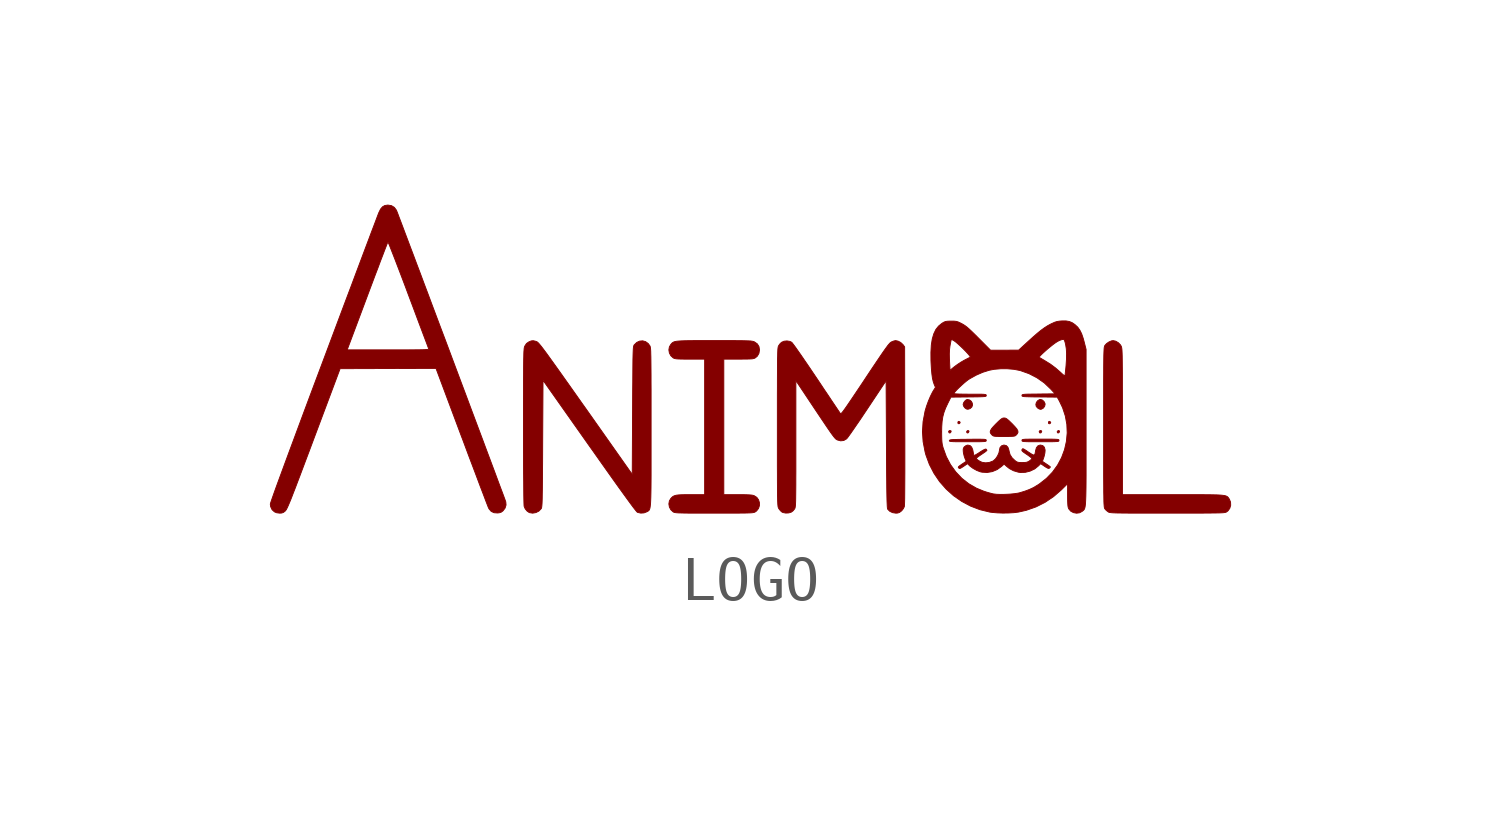
<source format=kicad_sym>
(kicad_symbol_lib
  (version 20211014)
  (generator kicad_symbol_editor)
  (symbol "LOGO"
    (pin_names
      (offset 1.016))
    (property "Reference" "#G"
      (at 0 2.909 0)
      (effects (font (size 1.27 1.27)) hide))
    (symbol "LOGO_0_0"
      (polyline (pts (xy 4.587 -1.672) (xy 4.602 -1.646) (xy 4.6 -1.629) (xy 4.575 -1.621) (xy 4.557 -1.625) (xy 4.543 -1.645) (xy 4.554 -1.671) (xy 4.565 -1.678) (xy 4.587 -1.672)) (stroke (width 0.01) (type default) (color 0 0 0 0)) (fill (type outline)))
      (polyline (pts (xy 4.796 -1.46) (xy 4.809 -1.439) (xy 4.805 -1.426) (xy 4.782 -1.411) (xy 4.764 -1.414) (xy 4.756 -1.439) (xy 4.761 -1.461) (xy 4.782 -1.466) (xy 4.796 -1.46)) (stroke (width 0.01) (type default) (color 0 0 0 0)) (fill (type outline)))
      (polyline (pts (xy 4.997 -1.671) (xy 5.011 -1.646) (xy 5.01 -1.632) (xy 4.993 -1.621) (xy 4.978 -1.623) (xy 4.958 -1.641) (xy 4.961 -1.667) (xy 4.975 -1.678) (xy 4.997 -1.671)) (stroke (width 0.01) (type default) (color 0 0 0 0)) (fill (type outline)))
      (polyline (pts (xy 6.662 -1.672) (xy 6.677 -1.646) (xy 6.675 -1.629) (xy 6.65 -1.621) (xy 6.632 -1.625) (xy 6.619 -1.645) (xy 6.629 -1.671) (xy 6.64 -1.678) (xy 6.662 -1.672)) (stroke (width 0.01) (type default) (color 0 0 0 0)) (fill (type outline)))
      (polyline (pts (xy 6.871 -1.46) (xy 6.884 -1.439) (xy 6.88 -1.426) (xy 6.857 -1.411) (xy 6.839 -1.414) (xy 6.831 -1.439) (xy 6.836 -1.461) (xy 6.857 -1.466) (xy 6.871 -1.46)) (stroke (width 0.01) (type default) (color 0 0 0 0)) (fill (type outline)))
      (polyline (pts (xy 7.072 -1.671) (xy 7.086 -1.646) (xy 7.085 -1.632) (xy 7.068 -1.621) (xy 7.053 -1.623) (xy 7.033 -1.641) (xy 7.036 -1.667) (xy 7.05 -1.678) (xy 7.072 -1.671)) (stroke (width 0.01) (type default) (color 0 0 0 0)) (fill (type outline)))
      (polyline (pts (xy 5.035 -1.119) (xy 5.041 -1.115) (xy 5.077 -1.082) (xy 5.092 -1.039) (xy 5.087 -0.993) (xy 5.064 -0.951) (xy 5.026 -0.921) (xy 4.974 -0.909) (xy 4.947 -0.918) (xy 4.914 -0.947) (xy 4.888 -0.985) (xy 4.877 -1.022) (xy 4.877 -1.024) (xy 4.888 -1.062) (xy 4.914 -1.099) (xy 4.95 -1.127) (xy 4.987 -1.134) (xy 5.035 -1.119)) (stroke (width 0.01) (type default) (color 0 0 0 0)) (fill (type outline)))
      (polyline (pts (xy 6.668 -1.133) (xy 6.711 -1.11) (xy 6.743 -1.07) (xy 6.755 -1.022) (xy 6.753 -1.002) (xy 6.731 -0.957) (xy 6.693 -0.922) (xy 6.649 -0.909) (xy 6.63 -0.911) (xy 6.588 -0.935) (xy 6.556 -0.975) (xy 6.543 -1.022) (xy 6.551 -1.066) (xy 6.583 -1.105) (xy 6.584 -1.105) (xy 6.62 -1.127) (xy 6.649 -1.136) (xy 6.668 -1.133)) (stroke (width 0.01) (type default) (color 0 0 0 0)) (fill (type outline)))
      (polyline (pts (xy 6.767 -1.878) (xy 6.866 -1.878) (xy 6.941 -1.877) (xy 6.995 -1.875) (xy 7.032 -1.873) (xy 7.055 -1.869) (xy 7.067 -1.864) (xy 7.072 -1.857) (xy 7.073 -1.848) (xy 7.072 -1.839) (xy 7.068 -1.832) (xy 7.056 -1.827) (xy 7.034 -1.823) (xy 6.997 -1.821) (xy 6.944 -1.819) (xy 6.871 -1.818) (xy 6.773 -1.818) (xy 6.531 -1.818) (xy 6.432 -1.818) (xy 6.358 -1.819) (xy 6.303 -1.82) (xy 6.266 -1.823) (xy 6.243 -1.827) (xy 6.231 -1.832) (xy 6.226 -1.839) (xy 6.225 -1.848) (xy 6.226 -1.856) (xy 6.231 -1.863) (xy 6.242 -1.869) (xy 6.265 -1.873) (xy 6.301 -1.875) (xy 6.354 -1.877) (xy 6.428 -1.878) (xy 6.525 -1.878) (xy 6.649 -1.878) (xy 6.767 -1.878)) (stroke (width 0.01) (type default) (color 0 0 0 0)) (fill (type outline)))
      (polyline (pts (xy 5.104 -1.878) (xy 5.202 -1.878) (xy 5.276 -1.877) (xy 5.33 -1.875) (xy 5.367 -1.873) (xy 5.389 -1.869) (xy 5.401 -1.864) (xy 5.406 -1.857) (xy 5.407 -1.848) (xy 5.406 -1.839) (xy 5.402 -1.832) (xy 5.39 -1.827) (xy 5.369 -1.823) (xy 5.333 -1.821) (xy 5.28 -1.82) (xy 5.207 -1.819) (xy 5.111 -1.82) (xy 4.987 -1.821) (xy 4.941 -1.822) (xy 4.826 -1.823) (xy 4.737 -1.825) (xy 4.671 -1.827) (xy 4.624 -1.829) (xy 4.593 -1.833) (xy 4.575 -1.838) (xy 4.565 -1.844) (xy 4.562 -1.852) (xy 4.561 -1.856) (xy 4.564 -1.863) (xy 4.575 -1.868) (xy 4.597 -1.872) (xy 4.633 -1.875) (xy 4.686 -1.877) (xy 4.76 -1.878) (xy 4.857 -1.878) (xy 4.982 -1.878) (xy 5.104 -1.878)) (stroke (width 0.01) (type default) (color 0 0 0 0)) (fill (type outline)))
      (polyline (pts (xy 5.89 -1.757) (xy 5.961 -1.756) (xy 6.011 -1.754) (xy 6.044 -1.75) (xy 6.066 -1.744) (xy 6.082 -1.734) (xy 6.097 -1.72) (xy 6.121 -1.692) (xy 6.134 -1.661) (xy 6.13 -1.627) (xy 6.108 -1.585) (xy 6.065 -1.534) (xy 6.001 -1.466) (xy 5.993 -1.459) (xy 5.937 -1.404) (xy 5.896 -1.368) (xy 5.866 -1.346) (xy 5.841 -1.336) (xy 5.816 -1.333) (xy 5.813 -1.333) (xy 5.789 -1.336) (xy 5.763 -1.348) (xy 5.732 -1.371) (xy 5.689 -1.409) (xy 5.631 -1.466) (xy 5.575 -1.524) (xy 5.529 -1.578) (xy 5.504 -1.621) (xy 5.497 -1.656) (xy 5.508 -1.687) (xy 5.535 -1.72) (xy 5.547 -1.731) (xy 5.562 -1.742) (xy 5.583 -1.749) (xy 5.613 -1.754) (xy 5.659 -1.756) (xy 5.725 -1.757) (xy 5.816 -1.757) (xy 5.89 -1.757)) (stroke (width 0.01) (type default) (color 0 0 0 0)) (fill (type outline)))
      (polyline (pts (xy -0.513 -3.514) (xy -0.373 -3.513) (xy -0.258 -3.513) (xy -0.163 -3.512) (xy -0.088 -3.511) (xy -0.028 -3.509) (xy 0.017 -3.507) (xy 0.05 -3.504) (xy 0.075 -3.5) (xy 0.092 -3.496) (xy 0.105 -3.49) (xy 0.117 -3.484) (xy 0.145 -3.463) (xy 0.189 -3.407) (xy 0.21 -3.342) (xy 0.21 -3.273) (xy 0.19 -3.208) (xy 0.15 -3.152) (xy 0.09 -3.114) (xy 0.09 -3.114) (xy 0.063 -3.105) (xy 0.027 -3.099) (xy -0.022 -3.095) (xy -0.087 -3.092) (xy -0.175 -3.09) (xy -0.288 -3.09) (xy -0.606 -3.09) (xy -0.606 0.015) (xy -0.269 0.015) (xy -0.225 0.015) (xy -0.124 0.016) (xy -0.048 0.017) (xy 0.008 0.019) (xy 0.049 0.022) (xy 0.077 0.028) (xy 0.099 0.035) (xy 0.117 0.045) (xy 0.162 0.083) (xy 0.199 0.148) (xy 0.212 0.228) (xy 0.2 0.302) (xy 0.162 0.364) (xy 0.098 0.409) (xy 0.091 0.412) (xy 0.076 0.418) (xy 0.058 0.423) (xy 0.035 0.427) (xy 0.005 0.431) (xy -0.036 0.433) (xy -0.09 0.435) (xy -0.16 0.437) (xy -0.247 0.438) (xy -0.354 0.439) (xy -0.484 0.439) (xy -0.64 0.439) (xy -0.975 0.439) (xy -1.142 0.439) (xy -1.284 0.439) (xy -1.403 0.438) (xy -1.5 0.436) (xy -1.578 0.433) (xy -1.641 0.429) (xy -1.689 0.424) (xy -1.726 0.417) (xy -1.753 0.408) (xy -1.774 0.397) (xy -1.791 0.384) (xy -1.806 0.368) (xy -1.822 0.349) (xy -1.853 0.295) (xy -1.865 0.226) (xy -1.853 0.156) (xy -1.82 0.093) (xy -1.768 0.045) (xy -1.761 0.041) (xy -1.742 0.032) (xy -1.719 0.026) (xy -1.686 0.021) (xy -1.641 0.018) (xy -1.578 0.016) (xy -1.493 0.015) (xy -1.382 0.015) (xy -1.045 0.015) (xy -1.045 -3.09) (xy -1.364 -3.09) (xy -1.473 -3.09) (xy -1.568 -3.092) (xy -1.641 -3.096) (xy -1.697 -3.103) (xy -1.738 -3.115) (xy -1.77 -3.13) (xy -1.796 -3.152) (xy -1.822 -3.18) (xy -1.853 -3.234) (xy -1.865 -3.303) (xy -1.853 -3.373) (xy -1.82 -3.436) (xy -1.768 -3.484) (xy -1.759 -3.489) (xy -1.746 -3.495) (xy -1.73 -3.499) (xy -1.708 -3.503) (xy -1.676 -3.506) (xy -1.634 -3.509) (xy -1.578 -3.51) (xy -1.506 -3.512) (xy -1.416 -3.513) (xy -1.306 -3.513) (xy -1.172 -3.514) (xy -1.013 -3.514) (xy -0.678 -3.514) (xy -0.513 -3.514)) (stroke (width 0.01) (type default) (color 0 0 0 0)) (fill (type outline)))
      (polyline (pts (xy 10.062 -3.514) (xy 10.227 -3.513) (xy 10.368 -3.513) (xy 10.487 -3.512) (xy 10.587 -3.511) (xy 10.668 -3.51) (xy 10.734 -3.509) (xy 10.786 -3.507) (xy 10.826 -3.505) (xy 10.856 -3.502) (xy 10.878 -3.498) (xy 10.893 -3.495) (xy 10.905 -3.49) (xy 10.914 -3.485) (xy 10.946 -3.46) (xy 10.987 -3.402) (xy 11.007 -3.333) (xy 11.004 -3.261) (xy 10.977 -3.194) (xy 10.972 -3.187) (xy 10.96 -3.169) (xy 10.949 -3.153) (xy 10.936 -3.14) (xy 10.919 -3.129) (xy 10.897 -3.119) (xy 10.867 -3.111) (xy 10.826 -3.105) (xy 10.774 -3.1) (xy 10.708 -3.096) (xy 10.626 -3.094) (xy 10.525 -3.092) (xy 10.405 -3.091) (xy 10.263 -3.09) (xy 10.096 -3.09) (xy 9.903 -3.09) (xy 9.682 -3.09) (xy 8.527 -3.09) (xy 8.527 -1.42) (xy 8.527 -1.287) (xy 8.527 -1.04) (xy 8.527 -0.822) (xy 8.526 -0.629) (xy 8.526 -0.46) (xy 8.526 -0.314) (xy 8.525 -0.188) (xy 8.524 -0.082) (xy 8.523 0.007) (xy 8.522 0.081) (xy 8.52 0.14) (xy 8.518 0.187) (xy 8.516 0.224) (xy 8.513 0.253) (xy 8.51 0.274) (xy 8.506 0.29) (xy 8.502 0.303) (xy 8.498 0.313) (xy 8.481 0.342) (xy 8.433 0.391) (xy 8.374 0.426) (xy 8.313 0.439) (xy 8.275 0.433) (xy 8.217 0.408) (xy 8.163 0.371) (xy 8.126 0.33) (xy 8.123 0.325) (xy 8.118 0.316) (xy 8.115 0.305) (xy 8.111 0.289) (xy 8.108 0.268) (xy 8.106 0.24) (xy 8.104 0.203) (xy 8.102 0.154) (xy 8.1 0.094) (xy 8.099 0.02) (xy 8.098 -0.07) (xy 8.097 -0.177) (xy 8.097 -0.303) (xy 8.096 -0.449) (xy 8.096 -0.618) (xy 8.096 -0.81) (xy 8.096 -1.028) (xy 8.096 -1.272) (xy 8.096 -1.826) (xy 8.096 -2.071) (xy 8.096 -2.288) (xy 8.096 -2.48) (xy 8.096 -2.648) (xy 8.097 -2.794) (xy 8.098 -2.92) (xy 8.098 -3.026) (xy 8.1 -3.116) (xy 8.101 -3.19) (xy 8.102 -3.25) (xy 8.104 -3.297) (xy 8.107 -3.334) (xy 8.109 -3.361) (xy 8.112 -3.381) (xy 8.115 -3.396) (xy 8.119 -3.406) (xy 8.123 -3.413) (xy 8.124 -3.415) (xy 8.157 -3.452) (xy 8.199 -3.484) (xy 8.204 -3.488) (xy 8.214 -3.492) (xy 8.228 -3.497) (xy 8.246 -3.5) (xy 8.271 -3.503) (xy 8.304 -3.506) (xy 8.349 -3.508) (xy 8.406 -3.51) (xy 8.478 -3.511) (xy 8.567 -3.512) (xy 8.674 -3.513) (xy 8.802 -3.513) (xy 8.952 -3.514) (xy 9.127 -3.514) (xy 9.328 -3.514) (xy 9.872 -3.514) (xy 10.062 -3.514)) (stroke (width 0.01) (type default) (color 0 0 0 0)) (fill (type outline)))
      (polyline (pts (xy 5.546 -2.562) (xy 5.656 -2.516) (xy 5.754 -2.446) (xy 5.816 -2.39) (xy 5.876 -2.444) (xy 5.938 -2.493) (xy 6.03 -2.542) (xy 6.14 -2.575) (xy 6.186 -2.582) (xy 6.3 -2.579) (xy 6.412 -2.551) (xy 6.517 -2.501) (xy 6.604 -2.43) (xy 6.653 -2.38) (xy 6.743 -2.441) (xy 6.775 -2.462) (xy 6.813 -2.483) (xy 6.838 -2.49) (xy 6.854 -2.483) (xy 6.866 -2.472) (xy 6.876 -2.456) (xy 6.876 -2.455) (xy 6.862 -2.442) (xy 6.83 -2.418) (xy 6.785 -2.388) (xy 6.781 -2.385) (xy 6.737 -2.356) (xy 6.706 -2.335) (xy 6.695 -2.327) (xy 6.698 -2.316) (xy 6.709 -2.284) (xy 6.725 -2.238) (xy 6.736 -2.201) (xy 6.75 -2.137) (xy 6.755 -2.083) (xy 6.754 -2.061) (xy 6.738 -2.003) (xy 6.702 -1.966) (xy 6.649 -1.954) (xy 6.639 -1.954) (xy 6.59 -1.972) (xy 6.555 -2.016) (xy 6.536 -2.086) (xy 6.533 -2.111) (xy 6.523 -2.157) (xy 6.509 -2.18) (xy 6.486 -2.181) (xy 6.448 -2.162) (xy 6.39 -2.125) (xy 6.377 -2.117) (xy 6.319 -2.077) (xy 6.279 -2.052) (xy 6.255 -2.04) (xy 6.242 -2.038) (xy 6.234 -2.045) (xy 6.226 -2.058) (xy 6.222 -2.068) (xy 6.225 -2.083) (xy 6.241 -2.102) (xy 6.275 -2.128) (xy 6.331 -2.166) (xy 6.362 -2.187) (xy 6.408 -2.221) (xy 6.44 -2.247) (xy 6.452 -2.263) (xy 6.45 -2.268) (xy 6.43 -2.291) (xy 6.396 -2.317) (xy 6.374 -2.331) (xy 6.339 -2.346) (xy 6.295 -2.353) (xy 6.231 -2.355) (xy 6.224 -2.355) (xy 6.167 -2.354) (xy 6.128 -2.347) (xy 6.097 -2.333) (xy 6.064 -2.308) (xy 5.998 -2.245) (xy 5.952 -2.172) (xy 5.929 -2.088) (xy 5.926 -2.07) (xy 5.904 -2.005) (xy 5.868 -1.967) (xy 5.816 -1.954) (xy 5.808 -1.954) (xy 5.758 -1.971) (xy 5.723 -2.01) (xy 5.71 -2.064) (xy 5.71 -2.071) (xy 5.696 -2.136) (xy 5.664 -2.205) (xy 5.621 -2.268) (xy 5.572 -2.313) (xy 5.554 -2.323) (xy 5.476 -2.352) (xy 5.391 -2.361) (xy 5.311 -2.349) (xy 5.311 -2.349) (xy 5.267 -2.329) (xy 5.224 -2.304) (xy 5.192 -2.278) (xy 5.18 -2.258) (xy 5.184 -2.252) (xy 5.208 -2.231) (xy 5.249 -2.201) (xy 5.301 -2.166) (xy 5.332 -2.145) (xy 5.379 -2.113) (xy 5.41 -2.088) (xy 5.422 -2.076) (xy 5.42 -2.07) (xy 5.405 -2.049) (xy 5.394 -2.045) (xy 5.368 -2.053) (xy 5.324 -2.076) (xy 5.261 -2.116) (xy 5.224 -2.141) (xy 5.176 -2.17) (xy 5.141 -2.189) (xy 5.126 -2.193) (xy 5.121 -2.18) (xy 5.113 -2.145) (xy 5.104 -2.096) (xy 5.097 -2.06) (xy 5.072 -2) (xy 5.035 -1.965) (xy 4.984 -1.954) (xy 4.948 -1.963) (xy 4.908 -1.991) (xy 4.898 -2.002) (xy 4.883 -2.028) (xy 4.878 -2.06) (xy 4.881 -2.111) (xy 4.885 -2.139) (xy 4.9 -2.204) (xy 4.919 -2.26) (xy 4.948 -2.326) (xy 4.85 -2.391) (xy 4.833 -2.403) (xy 4.791 -2.433) (xy 4.77 -2.452) (xy 4.766 -2.466) (xy 4.775 -2.479) (xy 4.777 -2.481) (xy 4.792 -2.49) (xy 4.811 -2.488) (xy 4.841 -2.472) (xy 4.889 -2.441) (xy 4.979 -2.38) (xy 5.014 -2.417) (xy 5.031 -2.434) (xy 5.102 -2.487) (xy 5.186 -2.534) (xy 5.271 -2.567) (xy 5.314 -2.576) (xy 5.429 -2.582) (xy 5.546 -2.562)) (stroke (width 0.01) (type default) (color 0 0 0 0)) (fill (type outline)))
      (polyline (pts (xy -4.911 -3.501) (xy -4.843 -3.467) (xy -4.791 -3.413) (xy -4.787 -3.406) (xy -4.782 -3.395) (xy -4.779 -3.379) (xy -4.776 -3.357) (xy -4.773 -3.327) (xy -4.77 -3.286) (xy -4.768 -3.234) (xy -4.766 -3.168) (xy -4.765 -3.086) (xy -4.763 -2.986) (xy -4.762 -2.868) (xy -4.761 -2.728) (xy -4.76 -2.565) (xy -4.758 -2.377) (xy -4.757 -2.163) (xy -4.756 -1.921) (xy -4.748 -0.47) (xy -3.69 -1.97) (xy -3.618 -2.071) (xy -3.443 -2.319) (xy -3.285 -2.542) (xy -3.144 -2.741) (xy -3.019 -2.916) (xy -2.91 -3.067) (xy -2.817 -3.195) (xy -2.741 -3.299) (xy -2.68 -3.381) (xy -2.634 -3.44) (xy -2.604 -3.477) (xy -2.589 -3.492) (xy -2.576 -3.498) (xy -2.507 -3.513) (xy -2.434 -3.508) (xy -2.37 -3.483) (xy -2.362 -3.479) (xy -2.348 -3.471) (xy -2.336 -3.464) (xy -2.325 -3.455) (xy -2.316 -3.444) (xy -2.307 -3.427) (xy -2.3 -3.405) (xy -2.294 -3.375) (xy -2.289 -3.335) (xy -2.284 -3.285) (xy -2.281 -3.222) (xy -2.278 -3.144) (xy -2.276 -3.051) (xy -2.274 -2.94) (xy -2.273 -2.811) (xy -2.272 -2.66) (xy -2.272 -2.488) (xy -2.272 -2.291) (xy -2.272 -2.069) (xy -2.272 -1.82) (xy -2.272 -1.365) (xy -2.272 -1.11) (xy -2.272 -0.884) (xy -2.272 -0.683) (xy -2.273 -0.507) (xy -2.273 -0.353) (xy -2.274 -0.221) (xy -2.275 -0.108) (xy -2.276 -0.012) (xy -2.277 0.067) (xy -2.279 0.132) (xy -2.28 0.184) (xy -2.282 0.224) (xy -2.285 0.255) (xy -2.288 0.279) (xy -2.291 0.295) (xy -2.294 0.308) (xy -2.298 0.317) (xy -2.338 0.372) (xy -2.397 0.415) (xy -2.464 0.434) (xy -2.534 0.428) (xy -2.6 0.398) (xy -2.657 0.343) (xy -2.662 0.337) (xy -2.666 0.328) (xy -2.67 0.317) (xy -2.674 0.301) (xy -2.677 0.279) (xy -2.68 0.248) (xy -2.682 0.207) (xy -2.684 0.154) (xy -2.686 0.087) (xy -2.688 0.005) (xy -2.689 -0.095) (xy -2.69 -0.214) (xy -2.691 -0.354) (xy -2.692 -0.517) (xy -2.694 -0.705) (xy -2.695 -0.92) (xy -2.696 -1.163) (xy -2.704 -2.626) (xy -3.768 -1.117) (xy -3.85 -1.002) (xy -4.001 -0.788) (xy -4.136 -0.597) (xy -4.256 -0.428) (xy -4.362 -0.278) (xy -4.455 -0.148) (xy -4.536 -0.035) (xy -4.605 0.061) (xy -4.664 0.143) (xy -4.714 0.21) (xy -4.756 0.266) (xy -4.79 0.31) (xy -4.818 0.344) (xy -4.84 0.37) (xy -4.858 0.389) (xy -4.872 0.402) (xy -4.883 0.41) (xy -4.893 0.415) (xy -4.92 0.425) (xy -4.972 0.437) (xy -5.02 0.432) (xy -5.076 0.408) (xy -5.127 0.372) (xy -5.166 0.313) (xy -5.166 0.312) (xy -5.17 0.302) (xy -5.174 0.289) (xy -5.178 0.274) (xy -5.181 0.252) (xy -5.183 0.224) (xy -5.186 0.187) (xy -5.188 0.14) (xy -5.189 0.082) (xy -5.191 0.009) (xy -5.192 -0.079) (xy -5.193 -0.183) (xy -5.193 -0.306) (xy -5.194 -0.45) (xy -5.194 -0.615) (xy -5.194 -0.804) (xy -5.195 -1.019) (xy -5.195 -1.26) (xy -5.195 -1.53) (xy -5.195 -1.639) (xy -5.195 -1.915) (xy -5.194 -2.17) (xy -5.194 -2.402) (xy -5.193 -2.612) (xy -5.191 -2.798) (xy -5.19 -2.959) (xy -5.189 -3.095) (xy -5.187 -3.204) (xy -5.185 -3.285) (xy -5.183 -3.338) (xy -5.18 -3.361) (xy -5.156 -3.415) (xy -5.114 -3.466) (xy -5.066 -3.499) (xy -5.059 -3.502) (xy -4.986 -3.514) (xy -4.911 -3.501)) (stroke (width 0.01) (type default) (color 0 0 0 0)) (fill (type outline)))
      (polyline (pts (xy -10.735 -3.511) (xy -10.695 -3.497) (xy -10.654 -3.465) (xy -10.647 -3.457) (xy -10.638 -3.445) (xy -10.627 -3.429) (xy -10.615 -3.405) (xy -10.6 -3.374) (xy -10.582 -3.334) (xy -10.56 -3.282) (xy -10.533 -3.218) (xy -10.502 -3.139) (xy -10.466 -3.045) (xy -10.422 -2.933) (xy -10.373 -2.803) (xy -10.315 -2.651) (xy -10.25 -2.478) (xy -10.176 -2.281) (xy -10.092 -2.059) (xy -9.999 -1.81) (xy -9.397 -0.204) (xy -7.2 -0.197) (xy -6.612 -1.768) (xy -6.597 -1.806) (xy -6.519 -2.015) (xy -6.444 -2.216) (xy -6.371 -2.408) (xy -6.303 -2.588) (xy -6.24 -2.756) (xy -6.183 -2.908) (xy -6.131 -3.043) (xy -6.087 -3.159) (xy -6.051 -3.255) (xy -6.023 -3.327) (xy -6.004 -3.376) (xy -5.995 -3.397) (xy -5.984 -3.417) (xy -5.935 -3.474) (xy -5.87 -3.504) (xy -5.789 -3.51) (xy -5.748 -3.505) (xy -5.703 -3.49) (xy -5.664 -3.46) (xy -5.617 -3.398) (xy -5.595 -3.327) (xy -5.601 -3.256) (xy -5.607 -3.238) (xy -5.623 -3.193) (xy -5.649 -3.122) (xy -5.684 -3.028) (xy -5.728 -2.912) (xy -5.779 -2.775) (xy -5.837 -2.618) (xy -5.902 -2.444) (xy -5.973 -2.254) (xy -6.05 -2.049) (xy -6.131 -1.831) (xy -6.217 -1.602) (xy -6.307 -1.362) (xy -6.4 -1.114) (xy -6.495 -0.859) (xy -6.593 -0.598) (xy -6.692 -0.334) (xy -6.792 -0.067) (xy -6.892 0.201) (xy -6.992 0.468) (xy -7.092 0.732) (xy -7.19 0.993) (xy -7.286 1.249) (xy -7.379 1.498) (xy -7.47 1.739) (xy -7.556 1.97) (xy -7.639 2.189) (xy -7.716 2.395) (xy -7.789 2.587) (xy -7.855 2.763) (xy -7.915 2.922) (xy -7.967 3.061) (xy -8.012 3.18) (xy -8.049 3.277) (xy -8.076 3.35) (xy -8.095 3.398) (xy -8.103 3.419) (xy -8.108 3.429) (xy -8.154 3.491) (xy -8.219 3.531) (xy -8.298 3.544) (xy -8.307 3.544) (xy -8.374 3.534) (xy -8.426 3.504) (xy -8.47 3.452) (xy -8.509 3.373) (xy -8.513 3.364) (xy -8.528 3.325) (xy -8.553 3.259) (xy -8.587 3.168) (xy -8.63 3.054) (xy -8.682 2.918) (xy -8.741 2.76) (xy -8.808 2.583) (xy -8.882 2.386) (xy -8.962 2.173) (xy -9.048 1.944) (xy -9.139 1.7) (xy -9.236 1.444) (xy -9.337 1.175) (xy -9.442 0.895) (xy -9.661 0.31) (xy -9.692 0.227) (xy -9.235 0.227) (xy -8.774 1.458) (xy -8.718 1.608) (xy -8.651 1.786) (xy -8.588 1.954) (xy -8.528 2.11) (xy -8.475 2.253) (xy -8.426 2.38) (xy -8.385 2.488) (xy -8.351 2.576) (xy -8.325 2.642) (xy -8.309 2.684) (xy -8.302 2.7) (xy -8.297 2.693) (xy -8.283 2.661) (xy -8.259 2.604) (xy -8.227 2.523) (xy -8.188 2.423) (xy -8.141 2.303) (xy -8.089 2.167) (xy -8.031 2.016) (xy -7.969 1.853) (xy -7.903 1.679) (xy -7.835 1.496) (xy -7.784 1.361) (xy -7.717 1.183) (xy -7.654 1.014) (xy -7.595 0.856) (xy -7.541 0.713) (xy -7.493 0.585) (xy -7.451 0.474) (xy -7.417 0.384) (xy -7.392 0.316) (xy -7.375 0.272) (xy -7.368 0.254) (xy -7.367 0.249) (xy -7.37 0.244) (xy -7.379 0.24) (xy -7.397 0.237) (xy -7.425 0.234) (xy -7.466 0.232) (xy -7.522 0.23) (xy -7.596 0.229) (xy -7.688 0.228) (xy -7.803 0.228) (xy -7.941 0.227) (xy -8.104 0.227) (xy -9.235 0.227) (xy -9.692 0.227) (xy -9.775 0.006) (xy -9.791 -0.037) (xy -9.947 -0.452) (xy -10.092 -0.839) (xy -10.226 -1.198) (xy -10.349 -1.529) (xy -10.461 -1.831) (xy -10.563 -2.105) (xy -10.654 -2.351) (xy -10.734 -2.569) (xy -10.804 -2.759) (xy -10.863 -2.92) (xy -10.911 -3.054) (xy -10.948 -3.159) (xy -10.975 -3.237) (xy -10.991 -3.286) (xy -10.996 -3.308) (xy -10.988 -3.366) (xy -10.956 -3.434) (xy -10.901 -3.484) (xy -10.851 -3.505) (xy -10.78 -3.514) (xy -10.735 -3.511)) (stroke (width 0.01) (type default) (color 0 0 0 0)) (fill (type outline)))
      (polyline (pts (xy 3.374 -3.512) (xy 3.417 -3.499) (xy 3.46 -3.467) (xy 3.473 -3.455) (xy 3.508 -3.41) (xy 3.53 -3.365) (xy 3.531 -3.359) (xy 3.533 -3.326) (xy 3.536 -3.267) (xy 3.538 -3.182) (xy 3.539 -3.071) (xy 3.54 -2.932) (xy 3.541 -2.766) (xy 3.542 -2.572) (xy 3.542 -2.35) (xy 3.542 -2.099) (xy 3.542 -1.818) (xy 3.541 -1.507) (xy 3.537 0.295) (xy 3.503 0.343) (xy 3.495 0.352) (xy 3.447 0.396) (xy 3.388 0.427) (xy 3.331 0.439) (xy 3.321 0.438) (xy 3.28 0.428) (xy 3.235 0.409) (xy 3.229 0.406) (xy 3.215 0.396) (xy 3.198 0.382) (xy 3.179 0.36) (xy 3.154 0.331) (xy 3.124 0.29) (xy 3.086 0.238) (xy 3.039 0.171) (xy 2.982 0.088) (xy 2.914 -0.013) (xy 2.833 -0.133) (xy 2.738 -0.275) (xy 2.628 -0.441) (xy 2.592 -0.496) (xy 2.487 -0.653) (xy 2.397 -0.787) (xy 2.321 -0.9) (xy 2.258 -0.993) (xy 2.207 -1.068) (xy 2.165 -1.127) (xy 2.133 -1.171) (xy 2.108 -1.203) (xy 2.09 -1.223) (xy 2.078 -1.233) (xy 2.07 -1.236) (xy 2.064 -1.232) (xy 2.064 -1.231) (xy 2.05 -1.21) (xy 2.021 -1.167) (xy 1.978 -1.103) (xy 1.923 -1.021) (xy 1.857 -0.923) (xy 1.783 -0.811) (xy 1.7 -0.689) (xy 1.612 -0.556) (xy 1.519 -0.417) (xy 1.506 -0.398) (xy 1.413 -0.26) (xy 1.324 -0.128) (xy 1.24 -0.006) (xy 1.165 0.104) (xy 1.097 0.201) (xy 1.041 0.281) (xy 0.996 0.342) (xy 0.965 0.383) (xy 0.949 0.401) (xy 0.907 0.421) (xy 0.841 0.432) (xy 0.773 0.425) (xy 0.717 0.4) (xy 0.714 0.398) (xy 0.677 0.361) (xy 0.647 0.317) (xy 0.645 0.311) (xy 0.641 0.3) (xy 0.638 0.285) (xy 0.635 0.265) (xy 0.632 0.236) (xy 0.63 0.199) (xy 0.628 0.152) (xy 0.627 0.092) (xy 0.625 0.018) (xy 0.624 -0.071) (xy 0.623 -0.178) (xy 0.623 -0.303) (xy 0.622 -0.449) (xy 0.622 -0.617) (xy 0.621 -0.809) (xy 0.621 -1.026) (xy 0.621 -1.27) (xy 0.621 -1.543) (xy 0.621 -1.783) (xy 0.621 -2.029) (xy 0.621 -2.249) (xy 0.621 -2.442) (xy 0.622 -2.612) (xy 0.622 -2.76) (xy 0.623 -2.887) (xy 0.623 -2.995) (xy 0.624 -3.086) (xy 0.626 -3.161) (xy 0.627 -3.223) (xy 0.629 -3.272) (xy 0.631 -3.31) (xy 0.634 -3.339) (xy 0.636 -3.361) (xy 0.64 -3.377) (xy 0.644 -3.389) (xy 0.648 -3.398) (xy 0.652 -3.407) (xy 0.658 -3.416) (xy 0.691 -3.458) (xy 0.725 -3.488) (xy 0.751 -3.5) (xy 0.813 -3.512) (xy 0.881 -3.509) (xy 0.941 -3.49) (xy 0.943 -3.489) (xy 0.982 -3.459) (xy 1.015 -3.418) (xy 1.018 -3.415) (xy 1.022 -3.405) (xy 1.026 -3.393) (xy 1.03 -3.377) (xy 1.033 -3.354) (xy 1.036 -3.324) (xy 1.038 -3.283) (xy 1.04 -3.231) (xy 1.041 -3.165) (xy 1.042 -3.083) (xy 1.043 -2.985) (xy 1.044 -2.866) (xy 1.044 -2.727) (xy 1.045 -2.565) (xy 1.045 -2.379) (xy 1.045 -2.165) (xy 1.045 -1.924) (xy 1.045 -0.477) (xy 1.49 -1.145) (xy 1.585 -1.287) (xy 1.669 -1.412) (xy 1.739 -1.516) (xy 1.796 -1.6) (xy 1.843 -1.668) (xy 1.881 -1.72) (xy 1.911 -1.76) (xy 1.935 -1.789) (xy 1.954 -1.81) (xy 1.971 -1.823) (xy 1.986 -1.832) (xy 2.001 -1.839) (xy 2.07 -1.857) (xy 2.142 -1.849) (xy 2.208 -1.811) (xy 2.21 -1.808) (xy 2.231 -1.783) (xy 2.266 -1.735) (xy 2.314 -1.668) (xy 2.372 -1.584) (xy 2.44 -1.485) (xy 2.516 -1.375) (xy 2.596 -1.255) (xy 2.681 -1.128) (xy 3.112 -0.48) (xy 3.12 -1.933) (xy 3.12 -1.951) (xy 3.122 -2.2) (xy 3.123 -2.421) (xy 3.124 -2.615) (xy 3.126 -2.784) (xy 3.127 -2.929) (xy 3.129 -3.051) (xy 3.131 -3.153) (xy 3.133 -3.236) (xy 3.136 -3.301) (xy 3.138 -3.351) (xy 3.141 -3.386) (xy 3.144 -3.409) (xy 3.148 -3.42) (xy 3.15 -3.425) (xy 3.196 -3.471) (xy 3.26 -3.502) (xy 3.335 -3.514) (xy 3.374 -3.512)) (stroke (width 0.01) (type default) (color 0 0 0 0)) (fill (type outline)))
      (polyline (pts (xy 7.544 -3.506) (xy 7.604 -3.473) (xy 7.607 -3.471) (xy 7.62 -3.46) (xy 7.632 -3.451) (xy 7.642 -3.44) (xy 7.652 -3.427) (xy 7.66 -3.41) (xy 7.667 -3.387) (xy 7.673 -3.357) (xy 7.678 -3.318) (xy 7.682 -3.268) (xy 7.685 -3.206) (xy 7.688 -3.13) (xy 7.69 -3.038) (xy 7.692 -2.929) (xy 7.693 -2.801) (xy 7.694 -2.653) (xy 7.694 -2.483) (xy 7.694 -2.289) (xy 7.694 -2.069) (xy 7.694 -1.823) (xy 7.694 -1.548) (xy 7.694 0.238) (xy 7.648 0.418) (xy 7.629 0.489) (xy 7.593 0.595) (xy 7.551 0.679) (xy 7.503 0.747) (xy 7.443 0.802) (xy 7.442 0.804) (xy 7.375 0.85) (xy 7.309 0.877) (xy 7.234 0.89) (xy 7.141 0.89) (xy 7.088 0.886) (xy 7.029 0.877) (xy 6.972 0.859) (xy 6.904 0.828) (xy 6.881 0.817) (xy 6.811 0.779) (xy 6.74 0.733) (xy 6.663 0.677) (xy 6.578 0.608) (xy 6.479 0.522) (xy 6.363 0.417) (xy 6.149 0.221) (xy 5.827 0.22) (xy 5.506 0.219) (xy 5.233 0.493) (xy 5.225 0.501) (xy 5.138 0.588) (xy 5.068 0.656) (xy 5.011 0.709) (xy 4.965 0.749) (xy 4.924 0.78) (xy 4.886 0.805) (xy 4.847 0.827) (xy 4.811 0.845) (xy 4.761 0.868) (xy 4.718 0.88) (xy 4.67 0.885) (xy 4.603 0.886) (xy 4.571 0.886) (xy 4.515 0.883) (xy 4.474 0.877) (xy 4.439 0.863) (xy 4.399 0.84) (xy 4.39 0.834) (xy 4.314 0.772) (xy 4.252 0.694) (xy 4.205 0.596) (xy 4.17 0.478) (xy 4.148 0.338) (xy 4.139 0.173) (xy 4.139 0.135) (xy 4.561 0.135) (xy 4.565 0.227) (xy 4.575 0.311) (xy 4.591 0.398) (xy 4.607 0.47) (xy 4.668 0.436) (xy 4.671 0.434) (xy 4.708 0.407) (xy 4.758 0.364) (xy 4.817 0.31) (xy 4.878 0.252) (xy 4.935 0.194) (xy 4.983 0.142) (xy 5.016 0.103) (xy 5.045 0.062) (xy 5.037 0.058) (xy 6.619 0.058) (xy 6.629 0.075) (xy 6.658 0.106) (xy 6.701 0.148) (xy 6.755 0.197) (xy 6.814 0.249) (xy 6.876 0.3) (xy 6.936 0.348) (xy 6.989 0.387) (xy 7.032 0.415) (xy 7.053 0.427) (xy 7.103 0.45) (xy 7.145 0.464) (xy 7.146 0.464) (xy 7.173 0.467) (xy 7.189 0.461) (xy 7.201 0.438) (xy 7.215 0.392) (xy 7.226 0.345) (xy 7.241 0.25) (xy 7.247 0.143) (xy 7.245 0.017) (xy 7.235 -0.133) (xy 7.231 -0.177) (xy 7.223 -0.252) (xy 7.217 -0.312) (xy 7.211 -0.354) (xy 7.208 -0.37) (xy 7.205 -0.369) (xy 7.185 -0.355) (xy 7.151 -0.327) (xy 7.108 -0.287) (xy 6.996 -0.189) (xy 6.877 -0.1) (xy 6.74 -0.015) (xy 6.718 -0.002) (xy 6.67 0.026) (xy 6.635 0.047) (xy 6.62 0.056) (xy 6.619 0.058) (xy 5.037 0.058) (xy 4.95 0.014) (xy 4.902 -0.011) (xy 4.83 -0.053) (xy 4.767 -0.094) (xy 4.721 -0.126) (xy 4.668 -0.166) (xy 4.628 -0.198) (xy 4.577 -0.243) (xy 4.566 -0.04) (xy 4.563 0.027) (xy 4.561 0.135) (xy 4.139 0.135) (xy 4.14 -0.018) (xy 4.142 -0.064) (xy 4.15 -0.208) (xy 4.161 -0.327) (xy 4.174 -0.423) (xy 4.192 -0.5) (xy 4.213 -0.562) (xy 4.243 -0.632) (xy 4.198 -0.703) (xy 4.175 -0.742) (xy 4.127 -0.838) (xy 4.08 -0.949) (xy 4.038 -1.064) (xy 4.005 -1.175) (xy 4.003 -1.185) (xy 3.959 -1.418) (xy 3.945 -1.648) (xy 3.945 -1.651) (xy 4.385 -1.651) (xy 4.387 -1.538) (xy 4.395 -1.416) (xy 4.411 -1.309) (xy 4.437 -1.209) (xy 4.475 -1.107) (xy 4.527 -0.996) (xy 4.597 -0.856) (xy 5.002 -0.852) (xy 5.087 -0.851) (xy 5.19 -0.85) (xy 5.268 -0.848) (xy 5.324 -0.846) (xy 5.363 -0.843) (xy 5.388 -0.839) (xy 5.401 -0.834) (xy 5.406 -0.827) (xy 5.407 -0.818) (xy 5.407 -0.815) (xy 5.405 -0.806) (xy 5.397 -0.799) (xy 5.38 -0.795) (xy 5.351 -0.791) (xy 5.305 -0.789) (xy 5.24 -0.788) (xy 5.151 -0.788) (xy 5.036 -0.788) (xy 5.005 -0.788) (xy 4.888 -0.787) (xy 4.793 -0.785) (xy 4.723 -0.782) (xy 4.68 -0.778) (xy 4.665 -0.773) (xy 4.672 -0.759) (xy 4.697 -0.728) (xy 4.737 -0.684) (xy 4.788 -0.634) (xy 4.844 -0.582) (xy 4.9 -0.532) (xy 4.953 -0.488) (xy 4.996 -0.455) (xy 5.035 -0.431) (xy 5.177 -0.352) (xy 5.329 -0.286) (xy 5.477 -0.24) (xy 5.585 -0.219) (xy 5.735 -0.206) (xy 5.892 -0.206) (xy 6.044 -0.219) (xy 6.181 -0.246) (xy 6.191 -0.249) (xy 6.385 -0.318) (xy 6.569 -0.413) (xy 6.737 -0.531) (xy 6.885 -0.672) (xy 6.984 -0.78) (xy 6.604 -0.784) (xy 6.56 -0.785) (xy 6.453 -0.786) (xy 6.372 -0.787) (xy 6.312 -0.789) (xy 6.272 -0.792) (xy 6.246 -0.796) (xy 6.232 -0.802) (xy 6.226 -0.809) (xy 6.225 -0.818) (xy 6.225 -0.824) (xy 6.229 -0.832) (xy 6.239 -0.837) (xy 6.259 -0.842) (xy 6.293 -0.845) (xy 6.343 -0.847) (xy 6.414 -0.849) (xy 6.508 -0.851) (xy 6.629 -0.852) (xy 7.032 -0.856) (xy 7.083 -0.947) (xy 7.156 -1.099) (xy 7.218 -1.288) (xy 7.253 -1.481) (xy 7.261 -1.676) (xy 7.243 -1.87) (xy 7.2 -2.059) (xy 7.132 -2.242) (xy 7.04 -2.414) (xy 6.924 -2.574) (xy 6.786 -2.717) (xy 6.626 -2.843) (xy 6.578 -2.874) (xy 6.486 -2.929) (xy 6.394 -2.972) (xy 6.293 -3.01) (xy 6.172 -3.047) (xy 6.133 -3.056) (xy 6.05 -3.068) (xy 5.95 -3.078) (xy 5.844 -3.083) (xy 5.739 -3.085) (xy 5.646 -3.082) (xy 5.574 -3.074) (xy 5.551 -3.069) (xy 5.489 -3.053) (xy 5.416 -3.032) (xy 5.343 -3.008) (xy 5.181 -2.941) (xy 5.006 -2.84) (xy 4.847 -2.715) (xy 4.708 -2.568) (xy 4.588 -2.402) (xy 4.492 -2.219) (xy 4.42 -2.02) (xy 4.41 -1.985) (xy 4.399 -1.937) (xy 4.392 -1.886) (xy 4.388 -1.827) (xy 4.386 -1.75) (xy 4.385 -1.651) (xy 3.945 -1.651) (xy 3.96 -1.877) (xy 4.005 -2.11) (xy 4.024 -2.181) (xy 4.104 -2.399) (xy 4.21 -2.603) (xy 4.338 -2.792) (xy 4.489 -2.963) (xy 4.658 -3.115) (xy 4.845 -3.245) (xy 5.048 -3.353) (xy 5.263 -3.435) (xy 5.49 -3.49) (xy 5.542 -3.497) (xy 5.657 -3.507) (xy 5.785 -3.512) (xy 5.915 -3.51) (xy 6.038 -3.503) (xy 6.142 -3.49) (xy 6.327 -3.448) (xy 6.547 -3.371) (xy 6.755 -3.266) (xy 6.95 -3.134) (xy 7.13 -2.978) (xy 7.27 -2.839) (xy 7.27 -3.102) (xy 7.27 -3.137) (xy 7.271 -3.231) (xy 7.274 -3.301) (xy 7.278 -3.351) (xy 7.285 -3.385) (xy 7.294 -3.409) (xy 7.298 -3.417) (xy 7.343 -3.469) (xy 7.405 -3.502) (xy 7.475 -3.515) (xy 7.544 -3.506)) (stroke (width 0.01) (type default) (color 0 0 0 0)) (fill (type outline))))))
</source>
